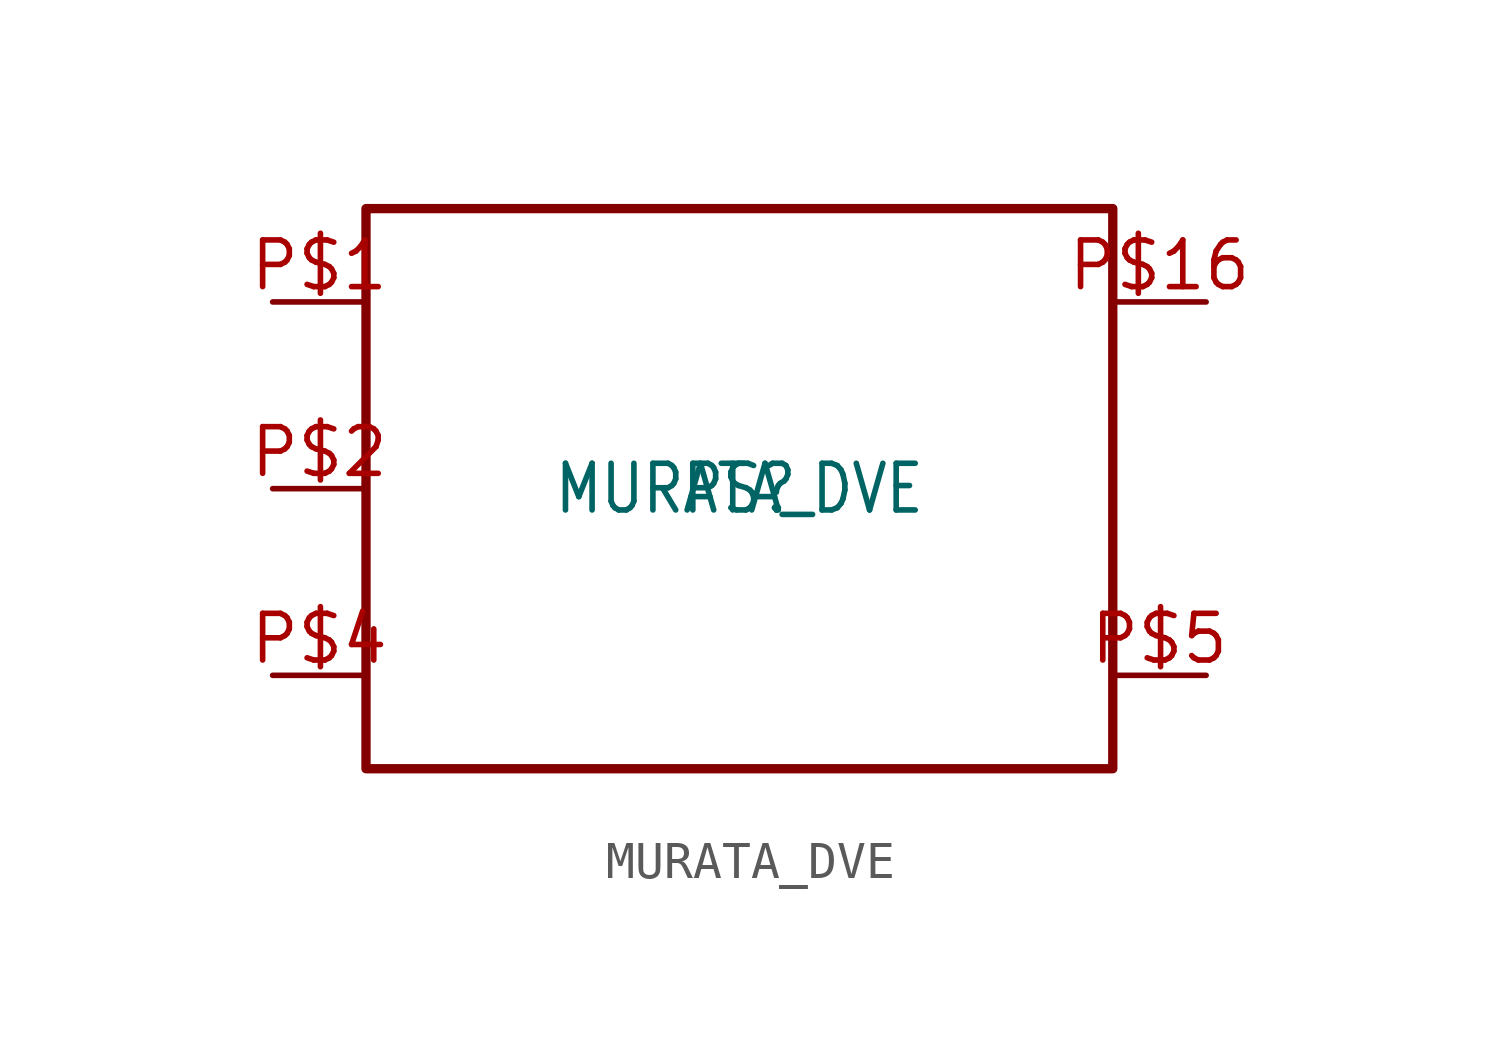
<source format=kicad_sym>
(kicad_symbol_lib
  (version 20211014)
  (generator kicad_symbol_editor)
  (symbol "MURATA_DVE"
    (pin_names
      (offset 1.016) hide)
    (property "Reference" "PS"
      (at 0 0 0)
      (effects (font (size 1.27 1.086))))
    (property "Value" "MURATA_DVE"
      (at 0 0 0)
      (effects (font (size 1.27 1.086))))
    (symbol "MURATA_DVE_0_0")
    (symbol "MURATA_DVE_0_1"
      (polyline (pts (xy -10.16 7.62) (xy 10.16 7.62) (xy 10.16 -7.62) (xy -10.16 -7.62) (xy -10.16 7.62)) (stroke (width 0.254) (type default) (color 0 0 0 0))))
    (symbol "MURATA_DVE_1_1"
      (pin bidirectional line (at -12.7 5.08 0) (length 2.54) (name "+VIN" (effects (font (size 1.27 1.086)))) (number "P$1" (effects (font (size 1.27 1.086)))))
      (pin bidirectional line (at -12.7 0 0) (length 2.54) (name "RC" (effects (font (size 1.27 1.086)))) (number "P$2" (effects (font (size 1.27 1.086)))))
      (pin bidirectional line (at -12.7 -5.08 0) (length 2.54) (name "-VIN" (effects (font (size 1.27 1.086)))) (number "P$4" (effects (font (size 1.27 1.086)))))
      (pin bidirectional line (at 12.7 5.08 180) (length 2.54) (name "+VOUT" (effects (font (size 1.27 1.086)))) (number "P$16" (effects (font (size 1.27 1.086)))))
      (pin bidirectional line (at 12.7 -5.08 180) (length 2.54) (name "-VOUT" (effects (font (size 1.27 1.086)))) (number "P$5" (effects (font (size 1.27 1.086))))))))
</source>
